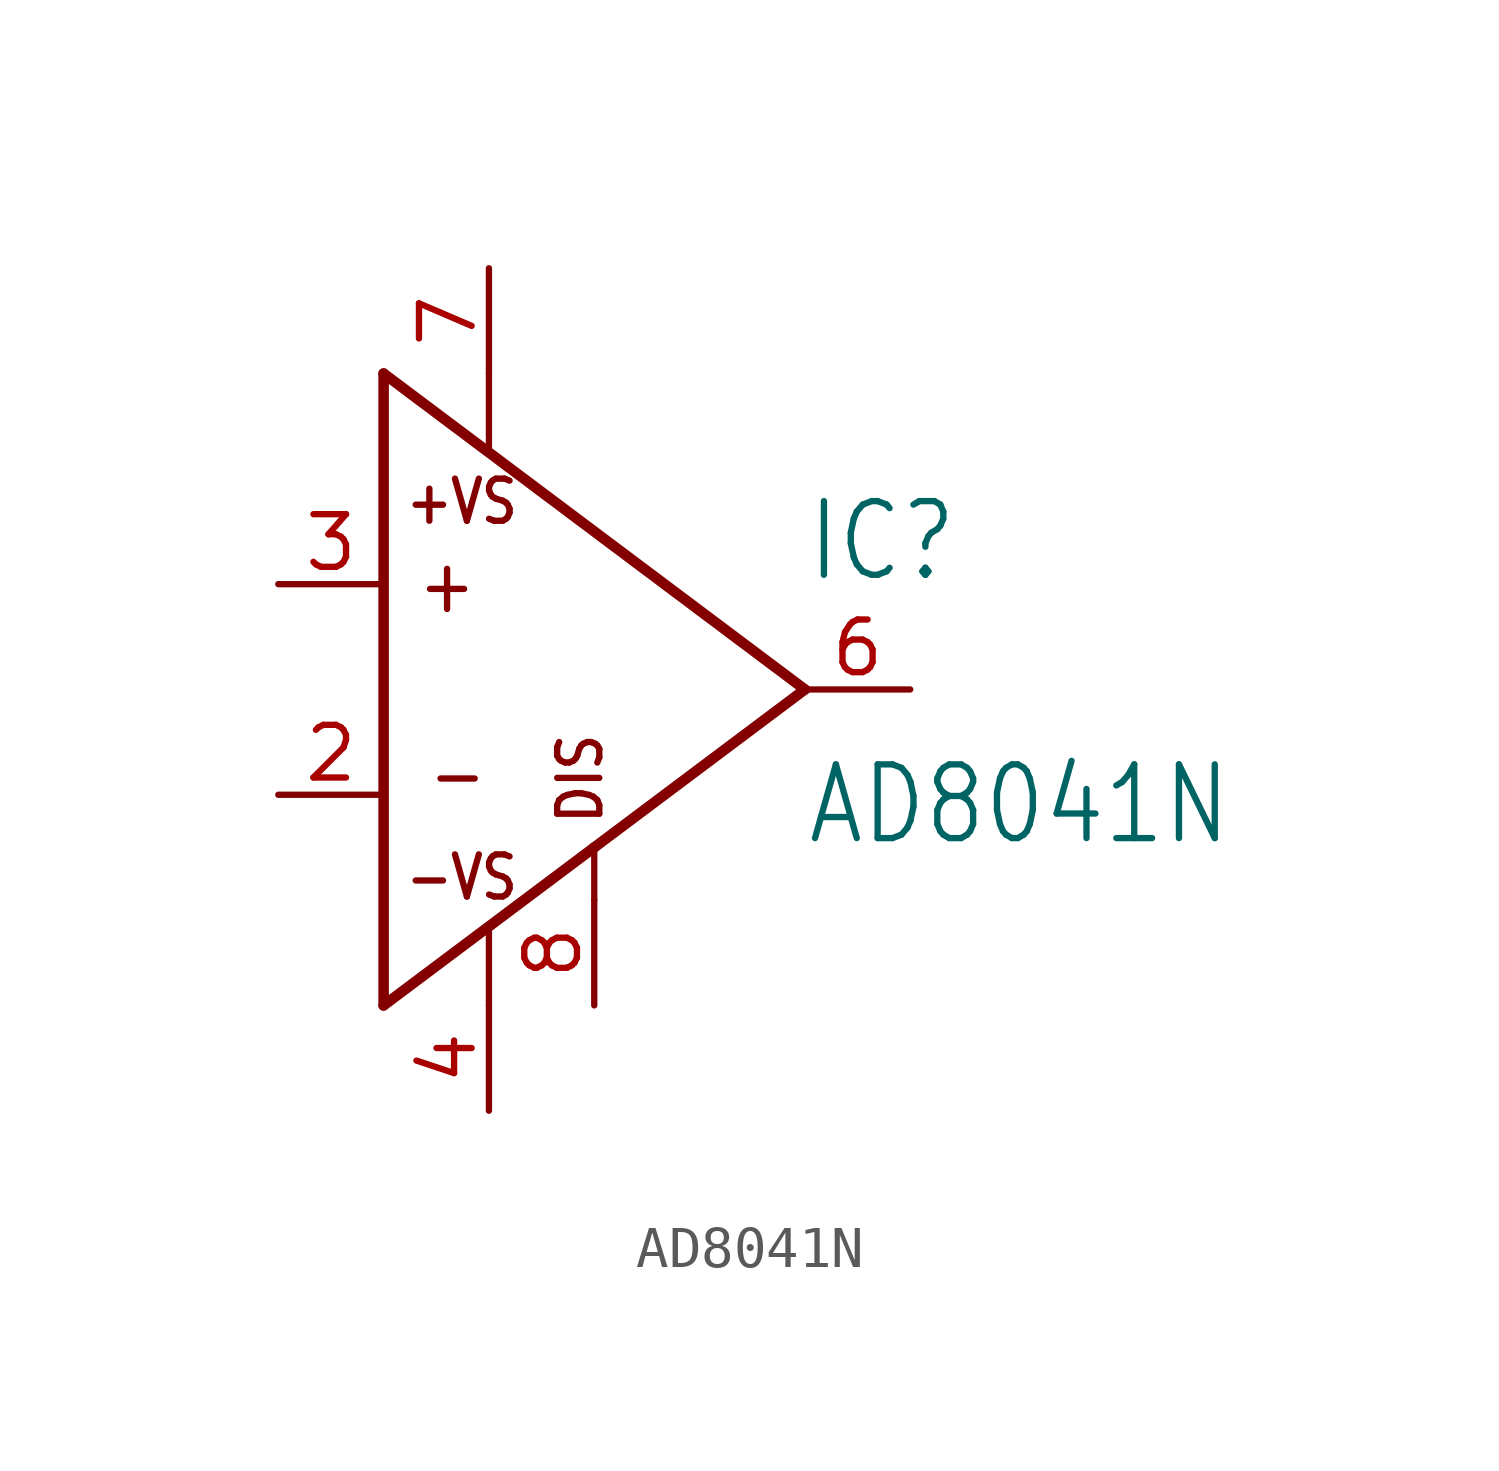
<source format=kicad_sym>
(kicad_symbol_lib
  (version 20211014)
  (generator kicad_symbol_editor)
  (symbol "AD8041N"
    (property "Reference" "IC"
      (at 7.62 2.54 0)
      (effects (font (size 1.778 1.511)) (justify left bottom)))
    (property "Value" "AD8041N"
      (at 7.62 -3.81 0)
      (effects (font (size 1.778 1.511)) (justify left bottom)))
    (property "ki_locked" ""
      (at 0 0 0)
      (effects (font (size 1.27 1.27))))
    (symbol "AD8041N_1_0"
      (polyline (pts (xy -2.54 -7.62) (xy 2.54 -3.81)) (stroke (width 0.254) (type default) (color 0 0 0 0)) (fill (type none)))
      (polyline (pts (xy -2.54 7.62) (xy -2.54 -7.62)) (stroke (width 0.254) (type default) (color 0 0 0 0)) (fill (type none)))
      (polyline (pts (xy 0 -7.62) (xy 0 -5.842)) (stroke (width 0.152) (type default) (color 0 0 0 0)) (fill (type none)))
      (polyline (pts (xy 0 5.842) (xy 0 7.62)) (stroke (width 0.152) (type default) (color 0 0 0 0)) (fill (type none)))
      (polyline (pts (xy 2.54 -5.08) (xy 2.54 -3.81)) (stroke (width 0.152) (type default) (color 0 0 0 0)) (fill (type none)))
      (polyline (pts (xy 2.54 -3.81) (xy 7.62 0)) (stroke (width 0.254) (type default) (color 0 0 0 0)) (fill (type none)))
      (polyline (pts (xy 7.62 0) (xy -2.54 7.62)) (stroke (width 0.254) (type default) (color 0 0 0 0)) (fill (type none)))
      (text "+" (at -1.778 1.778 0) (effects (font (size 1.27 1.079)) (justify left bottom)))
      (text "+VS" (at 0.762 3.937 0) (effects (font (size 1.016 0.864)) (justify right bottom)))
      (text "-" (at -1.524 -2.794 0) (effects (font (size 1.27 1.079)) (justify left bottom)))
      (text "-VS" (at 0.762 -3.937 0) (effects (font (size 1.016 0.864)) (justify right top)))
      (text "DIS" (at 2.794 -3.302 900) (effects (font (size 1.016 0.864)) (justify left bottom)))
      (pin input line (at -5.08 -2.54 0) (length 2.54) (name "IN-" (effects (font (size 0 0)))) (number "2" (effects (font (size 1.27 1.27)))))
      (pin input line (at -5.08 2.54 0) (length 2.54) (name "IN+" (effects (font (size 0 0)))) (number "3" (effects (font (size 1.27 1.27)))))
      (pin input line (at 0 -10.16 90) (length 2.54) (name "-VS" (effects (font (size 0 0)))) (number "4" (effects (font (size 1.27 1.27)))))
      (pin output line (at 10.16 0 180) (length 2.54) (name "OUT" (effects (font (size 0 0)))) (number "6" (effects (font (size 1.27 1.27)))))
      (pin input line (at 0 10.16 270) (length 2.54) (name "+VS" (effects (font (size 0 0)))) (number "7" (effects (font (size 1.27 1.27)))))
      (pin passive line (at 2.54 -7.62 90) (length 2.54) (name "DISABLE" (effects (font (size 0 0)))) (number "8" (effects (font (size 1.27 1.27))))))))
</source>
